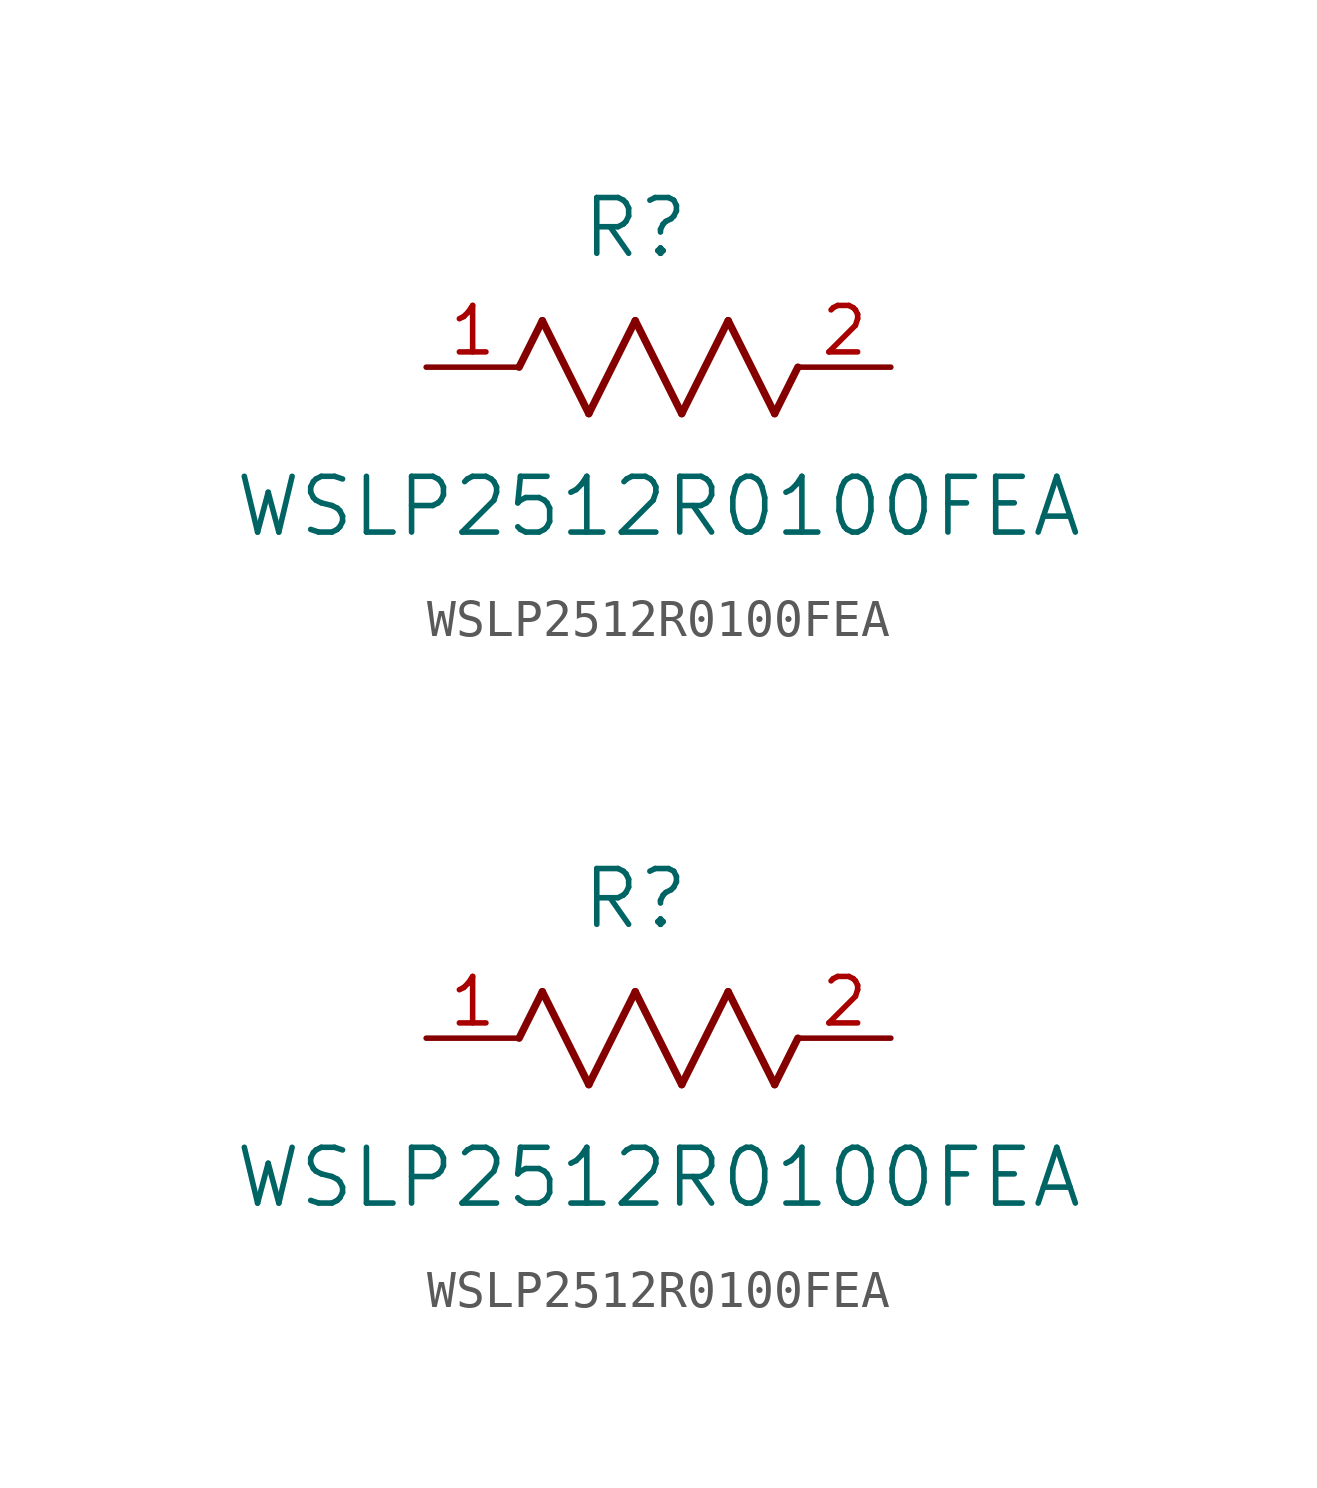
<source format=kicad_sym>
(kicad_symbol_lib
  (version 20211014)
  (generator kicad_symbol_editor)
  (symbol "WSLP2512R0100FEA"
    (pin_names
      (offset 0.254))
    (property "Reference" "R"
      (at 5.715 3.81 0)
      (effects (font (size 1.524 1.524))))
    (property "Value" "WSLP2512R0100FEA"
      (at 6.35 -3.81 0)
      (effects (font (size 1.524 1.524))))
    (symbol "WSLP2512R0100FEA_1_1"
      (polyline (pts (xy 3.175 1.27) (xy 4.445 -1.27)) (stroke (width 0.203) (type default) (color 0 0 0 0)) (fill (type none)))
      (polyline (pts (xy 4.445 -1.27) (xy 5.715 1.27)) (stroke (width 0.203) (type default) (color 0 0 0 0)) (fill (type none)))
      (polyline (pts (xy 5.715 1.27) (xy 6.985 -1.27)) (stroke (width 0.203) (type default) (color 0 0 0 0)) (fill (type none)))
      (polyline (pts (xy 6.985 -1.27) (xy 8.255 1.27)) (stroke (width 0.203) (type default) (color 0 0 0 0)) (fill (type none)))
      (polyline (pts (xy 8.255 1.27) (xy 9.525 -1.27)) (stroke (width 0.203) (type default) (color 0 0 0 0)) (fill (type none)))
      (polyline (pts (xy 2.54 0) (xy 3.175 1.27)) (stroke (width 0.203) (type default) (color 0 0 0 0)) (fill (type none)))
      (polyline (pts (xy 9.525 -1.27) (xy 10.16 0)) (stroke (width 0.203) (type default) (color 0 0 0 0)) (fill (type none)))
      (pin unspecified line (at 0 0 0) (length 2.54) (name "" (effects (font (size 1.27 1.27)))) (number "1" (effects (font (size 1.27 1.27)))))
      (pin unspecified line (at 12.7 0 180) (length 2.54) (name "" (effects (font (size 1.27 1.27)))) (number "2" (effects (font (size 1.27 1.27))))))
    (symbol "WSLP2512R0100FEA_1_2"
      (polyline (pts (xy 3.175 1.27) (xy 4.445 -1.27)) (stroke (width 0.203) (type default) (color 0 0 0 0)) (fill (type none)))
      (polyline (pts (xy 4.445 -1.27) (xy 5.715 1.27)) (stroke (width 0.203) (type default) (color 0 0 0 0)) (fill (type none)))
      (polyline (pts (xy 5.715 1.27) (xy 6.985 -1.27)) (stroke (width 0.203) (type default) (color 0 0 0 0)) (fill (type none)))
      (polyline (pts (xy 6.985 -1.27) (xy 8.255 1.27)) (stroke (width 0.203) (type default) (color 0 0 0 0)) (fill (type none)))
      (polyline (pts (xy 8.255 1.27) (xy 9.525 -1.27)) (stroke (width 0.203) (type default) (color 0 0 0 0)) (fill (type none)))
      (polyline (pts (xy 2.54 0) (xy 3.175 1.27)) (stroke (width 0.203) (type default) (color 0 0 0 0)) (fill (type none)))
      (polyline (pts (xy 9.525 -1.27) (xy 10.16 0)) (stroke (width 0.203) (type default) (color 0 0 0 0)) (fill (type none)))
      (pin unspecified line (at 0 0 0) (length 2.54) (name "" (effects (font (size 1.27 1.27)))) (number "1" (effects (font (size 1.27 1.27)))))
      (pin unspecified line (at 12.7 0 180) (length 2.54) (name "" (effects (font (size 1.27 1.27)))) (number "2" (effects (font (size 1.27 1.27))))))))
</source>
